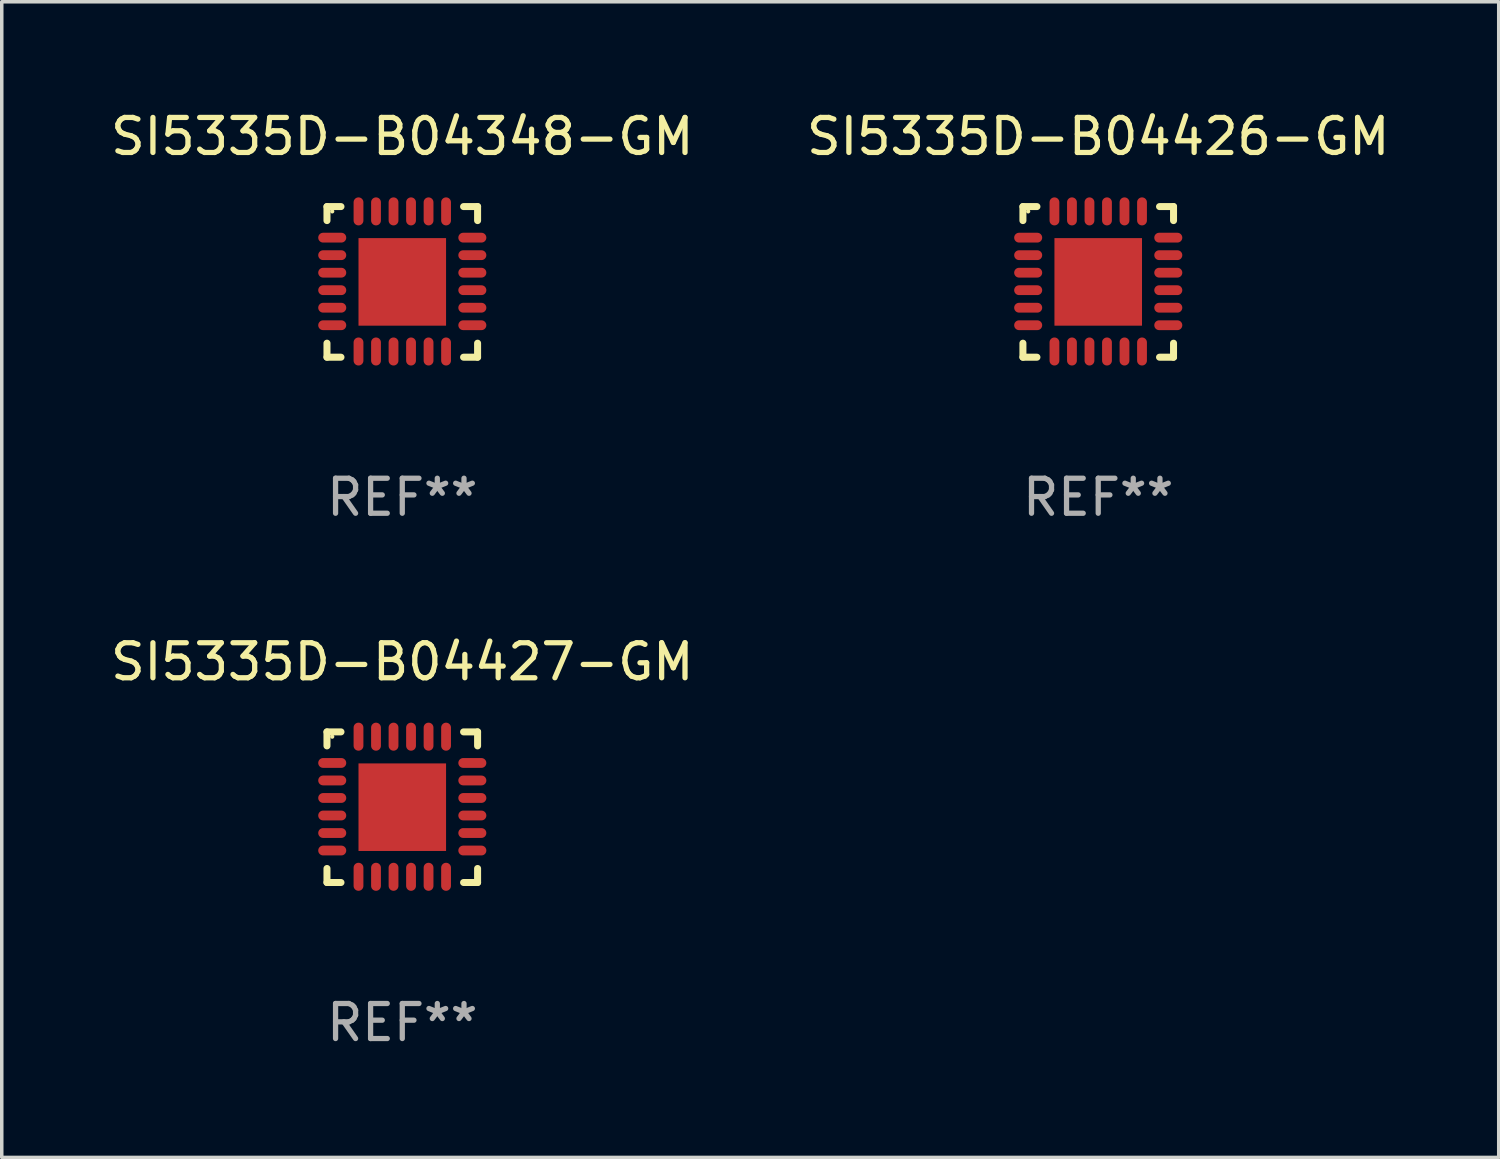
<source format=kicad_pcb>
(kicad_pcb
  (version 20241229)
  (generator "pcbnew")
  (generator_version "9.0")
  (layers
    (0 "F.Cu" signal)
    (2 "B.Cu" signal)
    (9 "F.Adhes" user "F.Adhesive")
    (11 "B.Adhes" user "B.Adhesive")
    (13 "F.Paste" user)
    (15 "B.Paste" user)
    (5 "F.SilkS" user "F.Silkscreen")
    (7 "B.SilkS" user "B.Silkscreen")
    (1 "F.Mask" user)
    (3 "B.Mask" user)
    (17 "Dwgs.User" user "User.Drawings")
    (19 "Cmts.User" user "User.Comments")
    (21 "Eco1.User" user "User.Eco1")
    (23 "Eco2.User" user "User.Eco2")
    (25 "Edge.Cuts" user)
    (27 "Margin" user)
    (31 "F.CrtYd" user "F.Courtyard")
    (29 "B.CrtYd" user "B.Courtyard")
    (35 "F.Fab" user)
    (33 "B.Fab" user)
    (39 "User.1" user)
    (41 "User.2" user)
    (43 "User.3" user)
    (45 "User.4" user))
  (footprint "SI5335D-B04348-GM"
    (layer "F.Cu")
    (at 8.435 4.998)
    (property "Reference" "SI5335D-B04348-GM" (at 0 -4.15 0) (layer "F.SilkS") (effects (font (size 1 1) (thickness 0.15))))
    (attr through_hole)
    (fp_line (start -2.15 -2.15) (end -1.75 -2.15) (stroke (width 0.2) (type solid)) (layer "F.SilkS"))
    (fp_line (start -2.15 -1.75) (end -2.15 -2.15) (stroke (width 0.2) (type solid)) (layer "F.SilkS"))
    (fp_line (start -2.15 2.15) (end -2.15 1.75) (stroke (width 0.2) (type solid)) (layer "F.SilkS"))
    (fp_line (start -1.75 2.15) (end -2.15 2.15) (stroke (width 0.2) (type solid)) (layer "F.SilkS"))
    (fp_line (start 1.75 -2.15) (end 2.15 -2.15) (stroke (width 0.2) (type solid)) (layer "F.SilkS"))
    (fp_line (start 1.75 2.15) (end 2.15 2.15) (stroke (width 0.2) (type solid)) (layer "F.SilkS"))
    (fp_line (start 2.15 -2.15) (end 2.15 -1.75) (stroke (width 0.2) (type solid)) (layer "F.SilkS"))
    (fp_line (start 2.15 2.15) (end 2.15 1.75) (stroke (width 0.2) (type solid)) (layer "F.SilkS"))
    (fp_circle (center -2 -2.013) (end -1.97 -2.013) (stroke (width 0.06) (type solid)) (fill no) (layer "F.SilkS"))
    (fp_text user "REF**" (at 0 6.15 0) (layer "F.Fab") (effects (font (size 1 1) (thickness 0.15))))
    (pad "1" smd oval (at -2 -1.263) (size 0.8 0.28) (layers "F.Cu" "F.Mask" "F.Paste"))
    (pad "2" smd oval (at -2 -0.763) (size 0.8 0.28) (layers "F.Cu" "F.Mask" "F.Paste"))
    (pad "3" smd oval (at -2 -0.263) (size 0.8 0.28) (layers "F.Cu" "F.Mask" "F.Paste"))
    (pad "4" smd oval (at -2 0.237) (size 0.8 0.28) (layers "F.Cu" "F.Mask" "F.Paste"))
    (pad "5" smd oval (at -2 0.737) (size 0.8 0.28) (layers "F.Cu" "F.Mask" "F.Paste"))
    (pad "6" smd oval (at -2 1.237) (size 0.8 0.28) (layers "F.Cu" "F.Mask" "F.Paste"))
    (pad "7" smd oval (at -1.25 1.987) (size 0.28 0.8) (layers "F.Cu" "F.Mask" "F.Paste"))
    (pad "8" smd oval (at -0.75 1.987) (size 0.28 0.8) (layers "F.Cu" "F.Mask" "F.Paste"))
    (pad "9" smd oval (at -0.25 1.987) (size 0.28 0.8) (layers "F.Cu" "F.Mask" "F.Paste"))
    (pad "10" smd oval (at 0.25 1.987) (size 0.28 0.8) (layers "F.Cu" "F.Mask" "F.Paste"))
    (pad "11" smd oval (at 0.75 1.987) (size 0.28 0.8) (layers "F.Cu" "F.Mask" "F.Paste"))
    (pad "12" smd oval (at 1.25 1.987) (size 0.28 0.8) (layers "F.Cu" "F.Mask" "F.Paste"))
    (pad "13" smd oval (at 2 1.237) (size 0.8 0.28) (layers "F.Cu" "F.Mask" "F.Paste"))
    (pad "14" smd oval (at 2 0.737) (size 0.8 0.28) (layers "F.Cu" "F.Mask" "F.Paste"))
    (pad "15" smd oval (at 2 0.237) (size 0.8 0.28) (layers "F.Cu" "F.Mask" "F.Paste"))
    (pad "16" smd oval (at 2 -0.263) (size 0.8 0.28) (layers "F.Cu" "F.Mask" "F.Paste"))
    (pad "17" smd oval (at 2 -0.763) (size 0.8 0.28) (layers "F.Cu" "F.Mask" "F.Paste"))
    (pad "18" smd oval (at 2 -1.263) (size 0.8 0.28) (layers "F.Cu" "F.Mask" "F.Paste"))
    (pad "19" smd oval (at 1.25 -2.013) (size 0.28 0.8) (layers "F.Cu" "F.Mask" "F.Paste"))
    (pad "20" smd oval (at 0.75 -2.013) (size 0.28 0.8) (layers "F.Cu" "F.Mask" "F.Paste"))
    (pad "21" smd oval (at 0.25 -2.013) (size 0.28 0.8) (layers "F.Cu" "F.Mask" "F.Paste"))
    (pad "22" smd oval (at -0.25 -2.013) (size 0.28 0.8) (layers "F.Cu" "F.Mask" "F.Paste"))
    (pad "23" smd oval (at -0.75 -2.013) (size 0.28 0.8) (layers "F.Cu" "F.Mask" "F.Paste"))
    (pad "24" smd oval (at -1.25 -2.013) (size 0.28 0.8) (layers "F.Cu" "F.Mask" "F.Paste"))
    (pad "25" smd rect (at -0.000102 -0.00014) (size 2.5 2.5) (layers "F.Cu" "F.Mask" "F.Paste")))
  (footprint "SI5335D-B04426-GM"
    (layer "F.Cu")
    (at 28.304 4.998)
    (property "Reference" "SI5335D-B04426-GM" (at 0 -4.15 0) (layer "F.SilkS") (effects (font (size 1 1) (thickness 0.15))))
    (attr through_hole)
    (fp_line (start -2.15 -2.15) (end -1.75 -2.15) (stroke (width 0.2) (type solid)) (layer "F.SilkS"))
    (fp_line (start -2.15 -1.75) (end -2.15 -2.15) (stroke (width 0.2) (type solid)) (layer "F.SilkS"))
    (fp_line (start -2.15 2.15) (end -2.15 1.75) (stroke (width 0.2) (type solid)) (layer "F.SilkS"))
    (fp_line (start -1.75 2.15) (end -2.15 2.15) (stroke (width 0.2) (type solid)) (layer "F.SilkS"))
    (fp_line (start 1.75 -2.15) (end 2.15 -2.15) (stroke (width 0.2) (type solid)) (layer "F.SilkS"))
    (fp_line (start 1.75 2.15) (end 2.15 2.15) (stroke (width 0.2) (type solid)) (layer "F.SilkS"))
    (fp_line (start 2.15 -2.15) (end 2.15 -1.75) (stroke (width 0.2) (type solid)) (layer "F.SilkS"))
    (fp_line (start 2.15 2.15) (end 2.15 1.75) (stroke (width 0.2) (type solid)) (layer "F.SilkS"))
    (fp_circle (center -2 -2.013) (end -1.97 -2.013) (stroke (width 0.06) (type solid)) (fill no) (layer "F.SilkS"))
    (fp_text user "REF**" (at 0 6.15 0) (layer "F.Fab") (effects (font (size 1 1) (thickness 0.15))))
    (pad "1" smd oval (at -2 -1.263) (size 0.8 0.28) (layers "F.Cu" "F.Mask" "F.Paste"))
    (pad "2" smd oval (at -2 -0.763) (size 0.8 0.28) (layers "F.Cu" "F.Mask" "F.Paste"))
    (pad "3" smd oval (at -2 -0.263) (size 0.8 0.28) (layers "F.Cu" "F.Mask" "F.Paste"))
    (pad "4" smd oval (at -2 0.237) (size 0.8 0.28) (layers "F.Cu" "F.Mask" "F.Paste"))
    (pad "5" smd oval (at -2 0.737) (size 0.8 0.28) (layers "F.Cu" "F.Mask" "F.Paste"))
    (pad "6" smd oval (at -2 1.237) (size 0.8 0.28) (layers "F.Cu" "F.Mask" "F.Paste"))
    (pad "7" smd oval (at -1.25 1.987) (size 0.28 0.8) (layers "F.Cu" "F.Mask" "F.Paste"))
    (pad "8" smd oval (at -0.75 1.987) (size 0.28 0.8) (layers "F.Cu" "F.Mask" "F.Paste"))
    (pad "9" smd oval (at -0.25 1.987) (size 0.28 0.8) (layers "F.Cu" "F.Mask" "F.Paste"))
    (pad "10" smd oval (at 0.25 1.987) (size 0.28 0.8) (layers "F.Cu" "F.Mask" "F.Paste"))
    (pad "11" smd oval (at 0.75 1.987) (size 0.28 0.8) (layers "F.Cu" "F.Mask" "F.Paste"))
    (pad "12" smd oval (at 1.25 1.987) (size 0.28 0.8) (layers "F.Cu" "F.Mask" "F.Paste"))
    (pad "13" smd oval (at 2 1.237) (size 0.8 0.28) (layers "F.Cu" "F.Mask" "F.Paste"))
    (pad "14" smd oval (at 2 0.737) (size 0.8 0.28) (layers "F.Cu" "F.Mask" "F.Paste"))
    (pad "15" smd oval (at 2 0.237) (size 0.8 0.28) (layers "F.Cu" "F.Mask" "F.Paste"))
    (pad "16" smd oval (at 2 -0.263) (size 0.8 0.28) (layers "F.Cu" "F.Mask" "F.Paste"))
    (pad "17" smd oval (at 2 -0.763) (size 0.8 0.28) (layers "F.Cu" "F.Mask" "F.Paste"))
    (pad "18" smd oval (at 2 -1.263) (size 0.8 0.28) (layers "F.Cu" "F.Mask" "F.Paste"))
    (pad "19" smd oval (at 1.25 -2.013) (size 0.28 0.8) (layers "F.Cu" "F.Mask" "F.Paste"))
    (pad "20" smd oval (at 0.75 -2.013) (size 0.28 0.8) (layers "F.Cu" "F.Mask" "F.Paste"))
    (pad "21" smd oval (at 0.25 -2.013) (size 0.28 0.8) (layers "F.Cu" "F.Mask" "F.Paste"))
    (pad "22" smd oval (at -0.25 -2.013) (size 0.28 0.8) (layers "F.Cu" "F.Mask" "F.Paste"))
    (pad "23" smd oval (at -0.75 -2.013) (size 0.28 0.8) (layers "F.Cu" "F.Mask" "F.Paste"))
    (pad "24" smd oval (at -1.25 -2.013) (size 0.28 0.8) (layers "F.Cu" "F.Mask" "F.Paste"))
    (pad "25" smd rect (at -0.000102 -0.00014) (size 2.5 2.5) (layers "F.Cu" "F.Mask" "F.Paste")))
  (footprint "SI5335D-B04427-GM"
    (layer "F.Cu")
    (at 8.435 19.995)
    (property "Reference" "SI5335D-B04427-GM" (at 0 -4.15 0) (layer "F.SilkS") (effects (font (size 1 1) (thickness 0.15))))
    (attr through_hole)
    (fp_line (start -2.15 -2.15) (end -1.75 -2.15) (stroke (width 0.2) (type solid)) (layer "F.SilkS"))
    (fp_line (start -2.15 -1.75) (end -2.15 -2.15) (stroke (width 0.2) (type solid)) (layer "F.SilkS"))
    (fp_line (start -2.15 2.15) (end -2.15 1.75) (stroke (width 0.2) (type solid)) (layer "F.SilkS"))
    (fp_line (start -1.75 2.15) (end -2.15 2.15) (stroke (width 0.2) (type solid)) (layer "F.SilkS"))
    (fp_line (start 1.75 -2.15) (end 2.15 -2.15) (stroke (width 0.2) (type solid)) (layer "F.SilkS"))
    (fp_line (start 1.75 2.15) (end 2.15 2.15) (stroke (width 0.2) (type solid)) (layer "F.SilkS"))
    (fp_line (start 2.15 -2.15) (end 2.15 -1.75) (stroke (width 0.2) (type solid)) (layer "F.SilkS"))
    (fp_line (start 2.15 2.15) (end 2.15 1.75) (stroke (width 0.2) (type solid)) (layer "F.SilkS"))
    (fp_circle (center -2 -2.013) (end -1.97 -2.013) (stroke (width 0.06) (type solid)) (fill no) (layer "F.SilkS"))
    (fp_text user "REF**" (at 0 6.15 0) (layer "F.Fab") (effects (font (size 1 1) (thickness 0.15))))
    (pad "1" smd oval (at -2 -1.263) (size 0.8 0.28) (layers "F.Cu" "F.Mask" "F.Paste"))
    (pad "2" smd oval (at -2 -0.763) (size 0.8 0.28) (layers "F.Cu" "F.Mask" "F.Paste"))
    (pad "3" smd oval (at -2 -0.263) (size 0.8 0.28) (layers "F.Cu" "F.Mask" "F.Paste"))
    (pad "4" smd oval (at -2 0.237) (size 0.8 0.28) (layers "F.Cu" "F.Mask" "F.Paste"))
    (pad "5" smd oval (at -2 0.737) (size 0.8 0.28) (layers "F.Cu" "F.Mask" "F.Paste"))
    (pad "6" smd oval (at -2 1.237) (size 0.8 0.28) (layers "F.Cu" "F.Mask" "F.Paste"))
    (pad "7" smd oval (at -1.25 1.987) (size 0.28 0.8) (layers "F.Cu" "F.Mask" "F.Paste"))
    (pad "8" smd oval (at -0.75 1.987) (size 0.28 0.8) (layers "F.Cu" "F.Mask" "F.Paste"))
    (pad "9" smd oval (at -0.25 1.987) (size 0.28 0.8) (layers "F.Cu" "F.Mask" "F.Paste"))
    (pad "10" smd oval (at 0.25 1.987) (size 0.28 0.8) (layers "F.Cu" "F.Mask" "F.Paste"))
    (pad "11" smd oval (at 0.75 1.987) (size 0.28 0.8) (layers "F.Cu" "F.Mask" "F.Paste"))
    (pad "12" smd oval (at 1.25 1.987) (size 0.28 0.8) (layers "F.Cu" "F.Mask" "F.Paste"))
    (pad "13" smd oval (at 2 1.237) (size 0.8 0.28) (layers "F.Cu" "F.Mask" "F.Paste"))
    (pad "14" smd oval (at 2 0.737) (size 0.8 0.28) (layers "F.Cu" "F.Mask" "F.Paste"))
    (pad "15" smd oval (at 2 0.237) (size 0.8 0.28) (layers "F.Cu" "F.Mask" "F.Paste"))
    (pad "16" smd oval (at 2 -0.263) (size 0.8 0.28) (layers "F.Cu" "F.Mask" "F.Paste"))
    (pad "17" smd oval (at 2 -0.763) (size 0.8 0.28) (layers "F.Cu" "F.Mask" "F.Paste"))
    (pad "18" smd oval (at 2 -1.263) (size 0.8 0.28) (layers "F.Cu" "F.Mask" "F.Paste"))
    (pad "19" smd oval (at 1.25 -2.013) (size 0.28 0.8) (layers "F.Cu" "F.Mask" "F.Paste"))
    (pad "20" smd oval (at 0.75 -2.013) (size 0.28 0.8) (layers "F.Cu" "F.Mask" "F.Paste"))
    (pad "21" smd oval (at 0.25 -2.013) (size 0.28 0.8) (layers "F.Cu" "F.Mask" "F.Paste"))
    (pad "22" smd oval (at -0.25 -2.013) (size 0.28 0.8) (layers "F.Cu" "F.Mask" "F.Paste"))
    (pad "23" smd oval (at -0.75 -2.013) (size 0.28 0.8) (layers "F.Cu" "F.Mask" "F.Paste"))
    (pad "24" smd oval (at -1.25 -2.013) (size 0.28 0.8) (layers "F.Cu" "F.Mask" "F.Paste"))
    (pad "25" smd rect (at -0.000102 -0.00014) (size 2.5 2.5) (layers "F.Cu" "F.Mask" "F.Paste")))
  (gr_rect
    (start -3 -3)
    (end 39.738 29.993)
    (stroke (width 0.1) (type default))
    (fill no)
    (layer "Edge.Cuts")))
</source>
